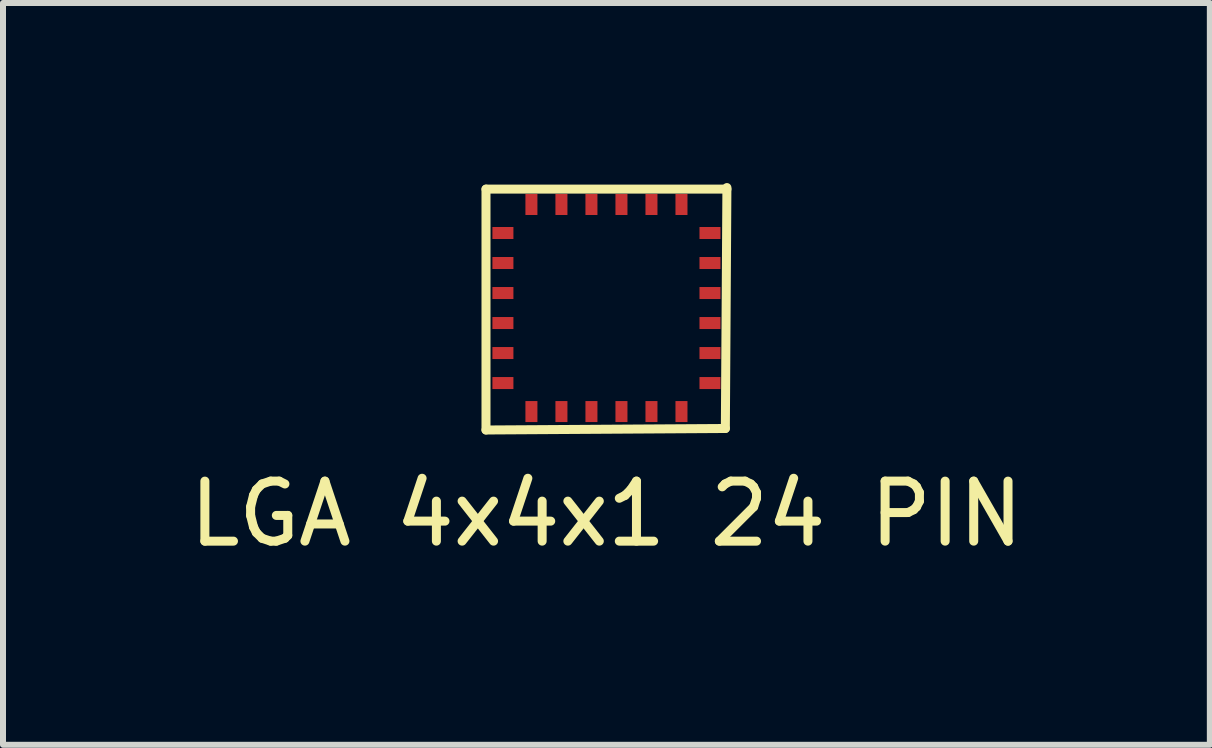
<source format=kicad_pcb>
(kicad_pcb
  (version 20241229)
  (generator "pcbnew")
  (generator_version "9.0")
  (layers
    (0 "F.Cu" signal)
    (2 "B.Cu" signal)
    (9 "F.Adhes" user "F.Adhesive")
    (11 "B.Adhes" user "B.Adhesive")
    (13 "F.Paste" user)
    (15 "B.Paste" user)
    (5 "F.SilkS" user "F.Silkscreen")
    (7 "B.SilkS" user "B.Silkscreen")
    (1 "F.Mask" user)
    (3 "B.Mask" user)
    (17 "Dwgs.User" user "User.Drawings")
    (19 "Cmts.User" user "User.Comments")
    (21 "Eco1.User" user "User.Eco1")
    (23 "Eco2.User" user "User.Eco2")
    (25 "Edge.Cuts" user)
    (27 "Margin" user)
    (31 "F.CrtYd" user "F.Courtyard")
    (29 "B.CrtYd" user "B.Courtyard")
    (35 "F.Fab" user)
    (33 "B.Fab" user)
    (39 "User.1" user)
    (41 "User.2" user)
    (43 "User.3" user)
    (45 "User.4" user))
  (footprint "LGA 4x4x1 24 PIN"
    (layer "F.Cu")
    (at 7.054 2.082)
    (property "Reference" "LGA 4x4x1 24 PIN" (at 0 3.429 0) (layer "F.SilkS") (effects (font (size 1 1) (thickness 0.15))))
    (attr through_hole)
    (fp_line (start -2.007 -1.981) (end 2.007 -1.981) (stroke (width 0.15) (type solid)) (layer "F.SilkS"))
    (fp_line (start -2.007 2.032) (end -2.007 -1.981) (stroke (width 0.15) (type solid)) (layer "F.SilkS"))
    (fp_line (start 1.981 2.007) (end -2.007 2.032) (stroke (width 0.15) (type solid)) (layer "F.SilkS"))
    (fp_line (start 2.007 -2.007) (end 1.981 2.007) (stroke (width 0.15) (type solid)) (layer "F.SilkS"))
    (pad "1" smd rect (at -1.725 -1.25) (size 0.35 0.2) (layers "F.Cu" "F.Mask" "F.Paste"))
    (pad "1" smd rect (at -1.725 -0.75) (size 0.35 0.2) (layers "F.Cu" "F.Mask" "F.Paste"))
    (pad "1" smd rect (at -1.725 -0.25) (size 0.35 0.2) (layers "F.Cu" "F.Mask" "F.Paste"))
    (pad "1" smd rect (at -1.725 0.25) (size 0.35 0.2) (layers "F.Cu" "F.Mask" "F.Paste"))
    (pad "1" smd rect (at -1.725 0.75) (size 0.35 0.2) (layers "F.Cu" "F.Mask" "F.Paste"))
    (pad "1" smd rect (at -1.725 1.25) (size 0.35 0.2) (layers "F.Cu" "F.Mask" "F.Paste"))
    (pad "1" smd rect (at -1.25 -1.725) (size 0.2 0.35) (layers "F.Cu" "F.Mask" "F.Paste"))
    (pad "1" smd rect (at -1.25 1.725) (size 0.2 0.35) (layers "F.Cu" "F.Mask" "F.Paste"))
    (pad "1" smd rect (at -0.75 -1.725) (size 0.2 0.35) (layers "F.Cu" "F.Mask" "F.Paste"))
    (pad "1" smd rect (at -0.75 1.725) (size 0.2 0.35) (layers "F.Cu" "F.Mask" "F.Paste"))
    (pad "1" smd rect (at -0.25 -1.725) (size 0.2 0.35) (layers "F.Cu" "F.Mask" "F.Paste"))
    (pad "1" smd rect (at -0.25 1.725) (size 0.2 0.35) (layers "F.Cu" "F.Mask" "F.Paste"))
    (pad "1" smd rect (at 0.25 -1.725) (size 0.2 0.35) (layers "F.Cu" "F.Mask" "F.Paste"))
    (pad "1" smd rect (at 0.25 1.725) (size 0.2 0.35) (layers "F.Cu" "F.Mask" "F.Paste"))
    (pad "1" smd rect (at 0.75 -1.725) (size 0.2 0.35) (layers "F.Cu" "F.Mask" "F.Paste"))
    (pad "1" smd rect (at 0.75 1.725) (size 0.2 0.35) (layers "F.Cu" "F.Mask" "F.Paste"))
    (pad "1" smd rect (at 1.25 -1.725) (size 0.2 0.35) (layers "F.Cu" "F.Mask" "F.Paste"))
    (pad "1" smd rect (at 1.25 1.725) (size 0.2 0.35) (layers "F.Cu" "F.Mask" "F.Paste"))
    (pad "1" smd rect (at 1.725 -1.25) (size 0.35 0.2) (layers "F.Cu" "F.Mask" "F.Paste"))
    (pad "1" smd rect (at 1.725 -0.75) (size 0.35 0.2) (layers "F.Cu" "F.Mask" "F.Paste"))
    (pad "1" smd rect (at 1.725 -0.25) (size 0.35 0.2) (layers "F.Cu" "F.Mask" "F.Paste"))
    (pad "1" smd rect (at 1.725 0.25) (size 0.35 0.2) (layers "F.Cu" "F.Mask" "F.Paste"))
    (pad "1" smd rect (at 1.725 0.75) (size 0.35 0.2) (layers "F.Cu" "F.Mask" "F.Paste"))
    (pad "1" smd rect (at 1.725 1.25) (size 0.35 0.2) (layers "F.Cu" "F.Mask" "F.Paste")))
  (gr_rect
    (start -3 -3)
    (end 17.107 9.359)
    (stroke (width 0.1) (type default))
    (fill no)
    (layer "Edge.Cuts")))
</source>
